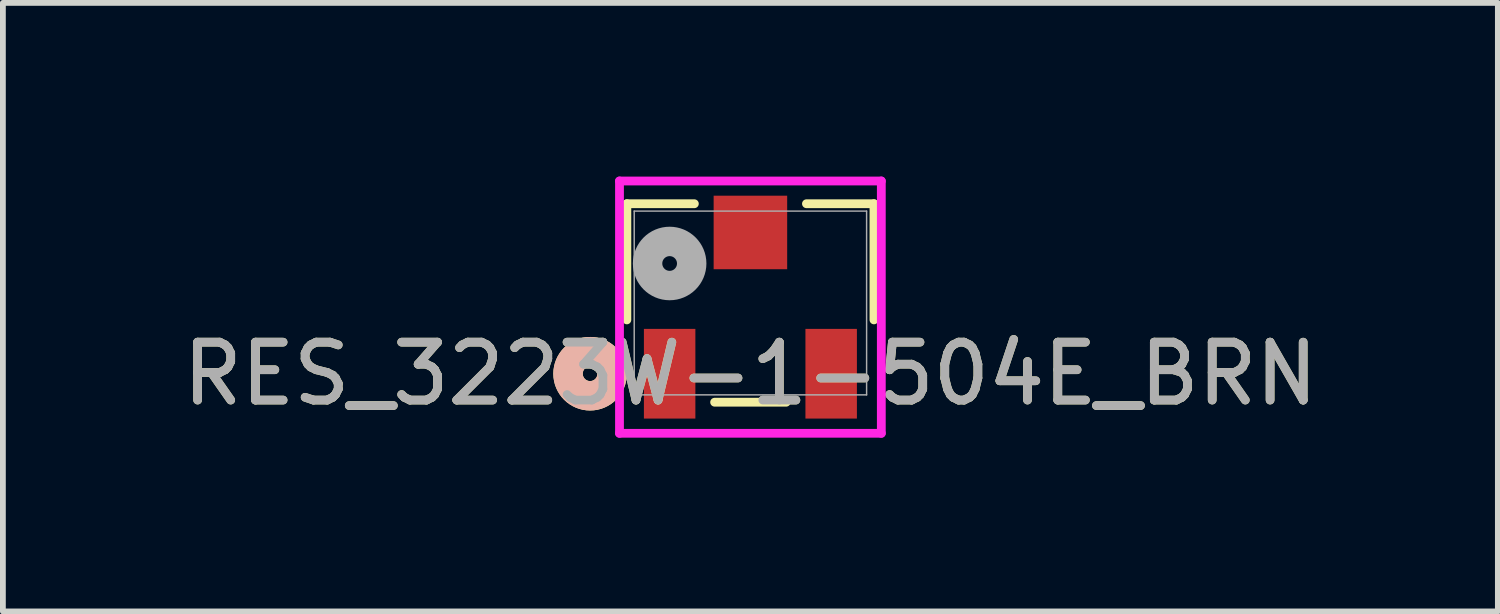
<source format=kicad_pcb>
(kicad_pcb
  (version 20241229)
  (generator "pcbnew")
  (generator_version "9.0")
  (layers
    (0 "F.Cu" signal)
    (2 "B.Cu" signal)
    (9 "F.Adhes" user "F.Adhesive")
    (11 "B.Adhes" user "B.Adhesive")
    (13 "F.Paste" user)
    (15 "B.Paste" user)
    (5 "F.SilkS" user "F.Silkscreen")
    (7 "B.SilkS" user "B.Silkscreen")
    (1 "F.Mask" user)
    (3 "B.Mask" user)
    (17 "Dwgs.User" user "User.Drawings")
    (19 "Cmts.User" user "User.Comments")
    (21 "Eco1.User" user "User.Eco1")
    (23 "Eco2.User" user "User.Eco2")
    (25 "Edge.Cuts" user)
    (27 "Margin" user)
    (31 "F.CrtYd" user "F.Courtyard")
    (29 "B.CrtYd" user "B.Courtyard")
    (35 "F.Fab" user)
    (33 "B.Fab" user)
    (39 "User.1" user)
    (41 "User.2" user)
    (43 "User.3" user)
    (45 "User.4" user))
  (footprint "RES_3223W-1-504E_BRN"
    (layer "F.Cu")
    (at 9.911 2.183)
    (property "Reference" "RES_3223W-1-504E_BRN" (at 0 1.222 0) (unlocked yes) (layer "F.SilkS") (effects (font (size 1 1) (thickness 0.15))))
    (attr smd)
    (fp_line (start -2.134 -1.714) (end -2.134 0.292) (stroke (width 0.152) (type solid)) (layer "F.SilkS"))
    (fp_line (start -0.968 -1.714) (end -2.134 -1.714) (stroke (width 0.152) (type solid)) (layer "F.SilkS"))
    (fp_line (start -0.618 1.714) (end 0.618 1.714) (stroke (width 0.152) (type solid)) (layer "F.SilkS"))
    (fp_line (start 2.134 -1.714) (end 0.968 -1.714) (stroke (width 0.152) (type solid)) (layer "F.SilkS"))
    (fp_line (start 2.134 0.292) (end 2.134 -1.714) (stroke (width 0.152) (type solid)) (layer "F.SilkS"))
    (fp_circle (center -2.769 1.222) (end -2.388 1.222) (stroke (width 0.508) (type solid)) (fill no) (layer "F.SilkS"))
    (fp_circle (center -2.769 1.222) (end -2.388 1.222) (stroke (width 0.508) (type solid)) (fill no) (layer "B.SilkS"))
    (fp_line (start -2.261 -2.107) (end -2.261 2.251) (stroke (width 0.152) (type solid)) (layer "F.CrtYd"))
    (fp_line (start -2.261 2.251) (end 2.261 2.251) (stroke (width 0.152) (type solid)) (layer "F.CrtYd"))
    (fp_line (start 2.261 -2.107) (end -2.261 -2.107) (stroke (width 0.152) (type solid)) (layer "F.CrtYd"))
    (fp_line (start 2.261 2.251) (end 2.261 -2.107) (stroke (width 0.152) (type solid)) (layer "F.CrtYd"))
    (fp_line (start -2.007 -1.587) (end -2.007 1.587) (stroke (width 0.025) (type solid)) (layer "F.Fab"))
    (fp_line (start -2.007 1.587) (end 2.007 1.587) (stroke (width 0.025) (type solid)) (layer "F.Fab"))
    (fp_line (start 2.007 -1.587) (end -2.007 -1.587) (stroke (width 0.025) (type solid)) (layer "F.Fab"))
    (fp_line (start 2.007 1.587) (end 2.007 -1.587) (stroke (width 0.025) (type solid)) (layer "F.Fab"))
    (fp_circle (center -1.395 -0.682) (end -1.014 -0.682) (stroke (width 0.508) (type solid)) (fill no) (layer "F.Fab"))
    (fp_text user "${REFERENCE}" (at 0 1.222 0) (unlocked yes) (layer "F.Fab") (effects (font (size 1 1) (thickness 0.15))))
    (pad "1" smd rect (at -1.395 1.222) (size 0.889 1.549) (layers "F.Cu" "F.Mask" "F.Paste"))
    (pad "2" smd rect (at 0 -1.218) (size 1.27 1.27) (layers "F.Cu" "F.Mask" "F.Paste"))
    (pad "3" smd rect (at 1.395 1.222) (size 0.889 1.549) (layers "F.Cu" "F.Mask" "F.Paste")))
  (gr_rect
    (start -3 -3)
    (end 22.821 7.51)
    (stroke (width 0.1) (type default))
    (fill no)
    (layer "Edge.Cuts")))
</source>
